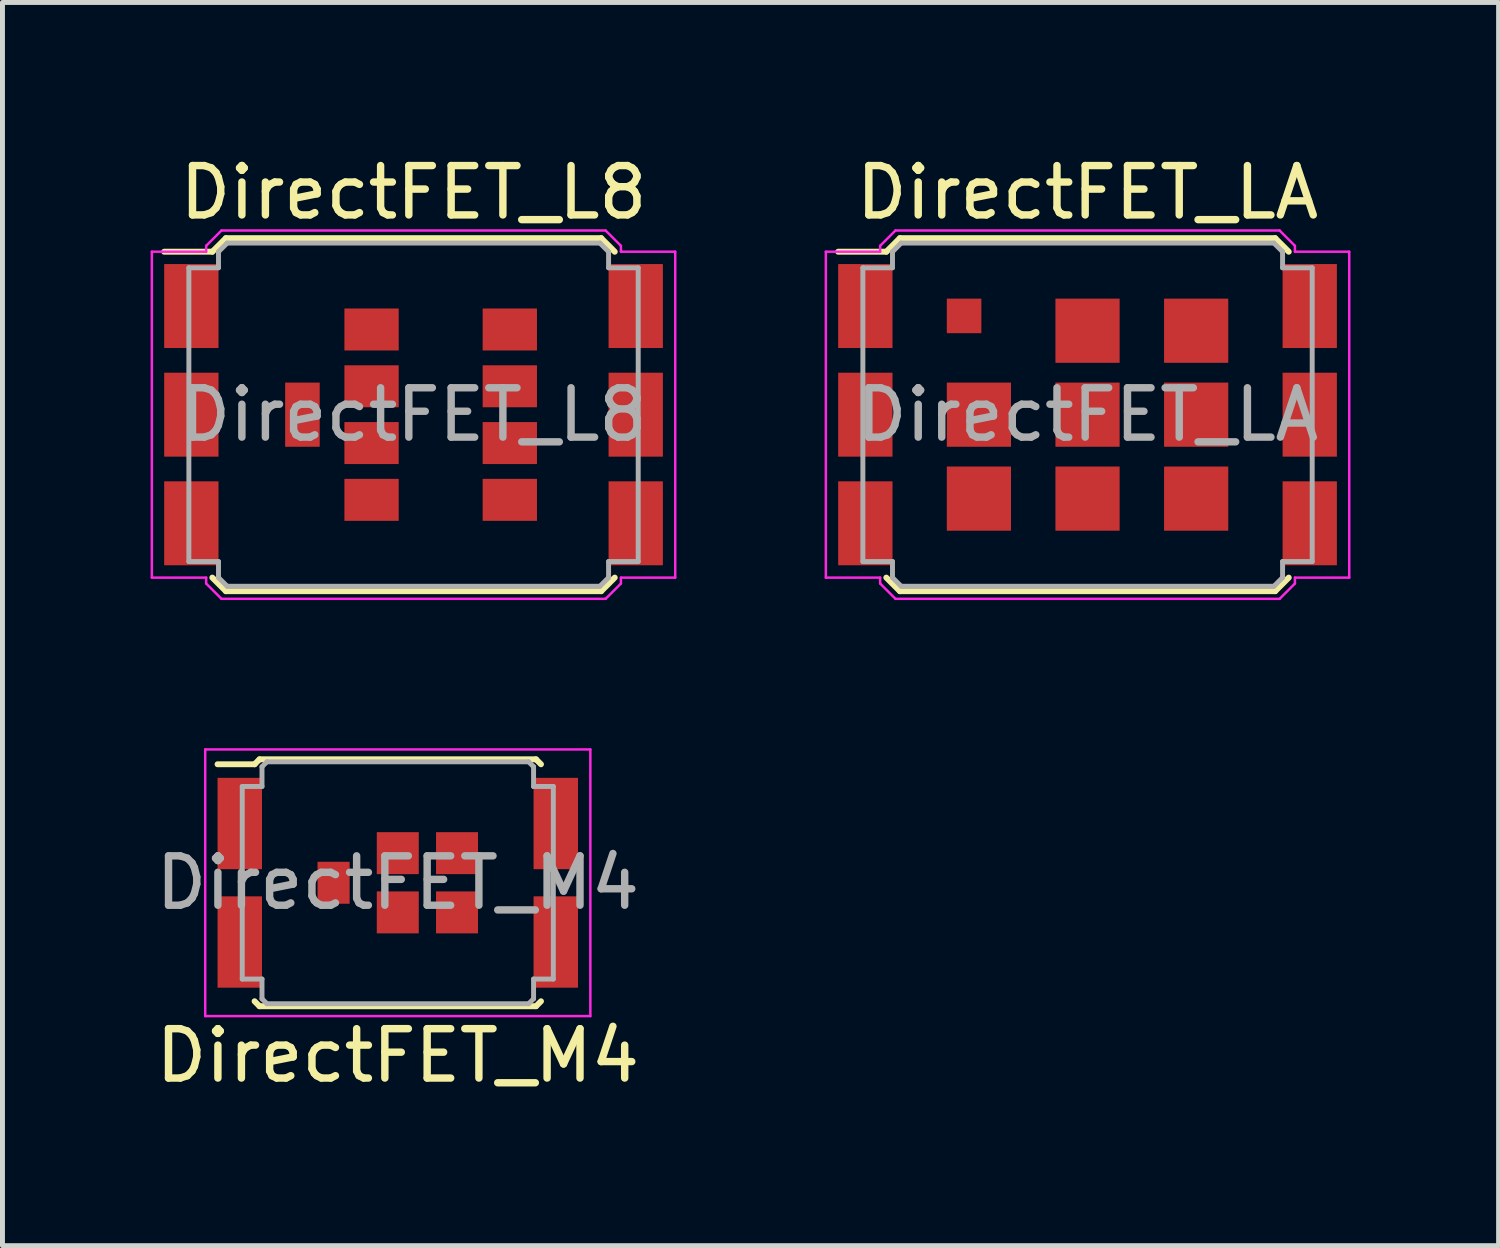
<source format=kicad_pcb>
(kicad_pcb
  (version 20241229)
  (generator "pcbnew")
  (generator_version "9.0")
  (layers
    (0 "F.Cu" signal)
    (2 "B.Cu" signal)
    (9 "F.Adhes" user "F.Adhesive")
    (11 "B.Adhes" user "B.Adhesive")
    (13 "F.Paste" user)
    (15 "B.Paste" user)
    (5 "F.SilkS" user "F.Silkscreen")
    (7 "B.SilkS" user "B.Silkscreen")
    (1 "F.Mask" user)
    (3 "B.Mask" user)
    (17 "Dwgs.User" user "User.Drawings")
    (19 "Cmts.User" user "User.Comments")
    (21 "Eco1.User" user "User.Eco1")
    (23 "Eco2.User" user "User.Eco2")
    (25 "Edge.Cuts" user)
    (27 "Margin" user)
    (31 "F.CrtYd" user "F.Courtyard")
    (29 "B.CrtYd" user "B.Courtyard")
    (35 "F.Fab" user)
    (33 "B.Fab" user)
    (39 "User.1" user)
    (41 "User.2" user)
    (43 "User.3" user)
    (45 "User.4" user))
  (footprint "DirectFET_L8"
    (layer "F.Cu")
    (at 5.325 5.348)
    (property "Reference" "DirectFET_L8" (at 0 -4.5 0) (layer "F.SilkS") (effects (font (size 1 1) (thickness 0.15))))
    (attr smd)
    (fp_line (start -5.05 -3.3) (end -4.075 -3.3) (stroke (width 0.12) (type solid)) (layer "F.SilkS"))
    (fp_line (start -4.075 -3.3) (end -3.8 -3.575) (stroke (width 0.12) (type solid)) (layer "F.SilkS"))
    (fp_line (start -4.075 3.3) (end -3.8 3.575) (stroke (width 0.12) (type solid)) (layer "F.SilkS"))
    (fp_line (start 3.8 -3.575) (end -3.8 -3.575) (stroke (width 0.12) (type solid)) (layer "F.SilkS"))
    (fp_line (start 3.8 3.575) (end -3.8 3.575) (stroke (width 0.12) (type solid)) (layer "F.SilkS"))
    (fp_line (start 4.075 -3.3) (end 3.8 -3.575) (stroke (width 0.12) (type solid)) (layer "F.SilkS"))
    (fp_line (start 4.075 3.3) (end 3.8 3.575) (stroke (width 0.12) (type solid)) (layer "F.SilkS"))
    (fp_line (start -5.3 -3.3) (end -5.3 3.3) (stroke (width 0.05) (type solid)) (layer "F.CrtYd"))
    (fp_line (start -4.2 -3.42) (end -3.89 -3.73) (stroke (width 0.05) (type solid)) (layer "F.CrtYd"))
    (fp_line (start -4.2 -3.3) (end -5.3 -3.3) (stroke (width 0.05) (type solid)) (layer "F.CrtYd"))
    (fp_line (start -4.2 -3.3) (end -4.2 -3.42) (stroke (width 0.05) (type solid)) (layer "F.CrtYd"))
    (fp_line (start -4.2 3.3) (end -5.3 3.3) (stroke (width 0.05) (type solid)) (layer "F.CrtYd"))
    (fp_line (start -4.2 3.3) (end -4.2 3.42) (stroke (width 0.05) (type solid)) (layer "F.CrtYd"))
    (fp_line (start -4.2 3.42) (end -3.89 3.73) (stroke (width 0.05) (type solid)) (layer "F.CrtYd"))
    (fp_line (start 3.89 -3.73) (end -3.89 -3.73) (stroke (width 0.05) (type solid)) (layer "F.CrtYd"))
    (fp_line (start 3.89 3.73) (end -3.89 3.73) (stroke (width 0.05) (type solid)) (layer "F.CrtYd"))
    (fp_line (start 4.2 -3.42) (end 3.89 -3.73) (stroke (width 0.05) (type solid)) (layer "F.CrtYd"))
    (fp_line (start 4.2 -3.3) (end 4.2 -3.42) (stroke (width 0.05) (type solid)) (layer "F.CrtYd"))
    (fp_line (start 4.2 -3.3) (end 5.3 -3.3) (stroke (width 0.05) (type solid)) (layer "F.CrtYd"))
    (fp_line (start 4.2 3.3) (end 4.2 3.42) (stroke (width 0.05) (type solid)) (layer "F.CrtYd"))
    (fp_line (start 4.2 3.3) (end 5.3 3.3) (stroke (width 0.05) (type solid)) (layer "F.CrtYd"))
    (fp_line (start 4.2 3.42) (end 3.89 3.73) (stroke (width 0.05) (type solid)) (layer "F.CrtYd"))
    (fp_line (start 5.3 -3.3) (end 5.3 3.3) (stroke (width 0.05) (type solid)) (layer "F.CrtYd"))
    (fp_line (start -4.55 -2.975) (end -4.55 2.975) (stroke (width 0.1) (type solid)) (layer "F.Fab"))
    (fp_line (start -4.55 -2.975) (end -3.95 -2.975) (stroke (width 0.1) (type solid)) (layer "F.Fab"))
    (fp_line (start -4.55 2.975) (end -3.95 2.975) (stroke (width 0.1) (type solid)) (layer "F.Fab"))
    (fp_line (start -3.95 -3.3) (end -3.775 -3.475) (stroke (width 0.1) (type solid)) (layer "F.Fab"))
    (fp_line (start -3.95 -2.975) (end -3.95 -3.3) (stroke (width 0.1) (type solid)) (layer "F.Fab"))
    (fp_line (start -3.95 2.975) (end -3.95 3.3) (stroke (width 0.1) (type solid)) (layer "F.Fab"))
    (fp_line (start -3.95 3.3) (end -3.775 3.475) (stroke (width 0.1) (type solid)) (layer "F.Fab"))
    (fp_line (start 3.775 -3.475) (end -3.775 -3.475) (stroke (width 0.1) (type solid)) (layer "F.Fab"))
    (fp_line (start 3.775 3.475) (end -3.775 3.475) (stroke (width 0.1) (type solid)) (layer "F.Fab"))
    (fp_line (start 3.95 -3.3) (end 3.775 -3.475) (stroke (width 0.1) (type solid)) (layer "F.Fab"))
    (fp_line (start 3.95 -2.975) (end 3.95 -3.3) (stroke (width 0.1) (type solid)) (layer "F.Fab"))
    (fp_line (start 3.95 2.975) (end 3.95 3.3) (stroke (width 0.1) (type solid)) (layer "F.Fab"))
    (fp_line (start 3.95 3.3) (end 3.775 3.475) (stroke (width 0.1) (type solid)) (layer "F.Fab"))
    (fp_line (start 4.55 -2.975) (end 3.95 -2.975) (stroke (width 0.1) (type solid)) (layer "F.Fab"))
    (fp_line (start 4.55 -2.975) (end 4.55 2.975) (stroke (width 0.1) (type solid)) (layer "F.Fab"))
    (fp_line (start 4.55 2.975) (end 3.95 2.975) (stroke (width 0.1) (type solid)) (layer "F.Fab"))
    (fp_text user "${REFERENCE}" (at 0 0 0) (layer "F.Fab") (effects (font (size 1 1) (thickness 0.15))))
    (pad "1" smd rect (at -4.5 -2.2) (size 1.1 1.7) (layers "F.Cu" "F.Mask" "F.Paste"))
    (pad "1" smd rect (at -4.5 0) (size 1.1 1.7) (layers "F.Cu" "F.Mask" "F.Paste"))
    (pad "1" smd rect (at -4.5 2.2) (size 1.1 1.7) (layers "F.Cu" "F.Mask" "F.Paste"))
    (pad "1" smd rect (at 4.5 -2.2) (size 1.1 1.7) (layers "F.Cu" "F.Mask" "F.Paste"))
    (pad "1" smd rect (at 4.5 0) (size 1.1 1.7) (layers "F.Cu" "F.Mask" "F.Paste"))
    (pad "1" smd rect (at 4.5 2.2) (size 1.1 1.7) (layers "F.Cu" "F.Mask" "F.Paste"))
    (pad "2" smd rect (at -2.25 0) (size 0.7 1.3) (layers "F.Cu" "F.Mask" "F.Paste"))
    (pad "3" smd rect (at -0.85 -1.725) (size 1.1 0.85) (layers "F.Cu" "F.Mask" "F.Paste"))
    (pad "3" smd rect (at -0.85 -0.575) (size 1.1 0.85) (layers "F.Cu" "F.Mask" "F.Paste"))
    (pad "3" smd rect (at -0.85 0.575) (size 1.1 0.85) (layers "F.Cu" "F.Mask" "F.Paste"))
    (pad "3" smd rect (at -0.85 1.725) (size 1.1 0.85) (layers "F.Cu" "F.Mask" "F.Paste"))
    (pad "3" smd rect (at 1.95 -1.725) (size 1.1 0.85) (layers "F.Cu" "F.Mask" "F.Paste"))
    (pad "3" smd rect (at 1.95 -0.575) (size 1.1 0.85) (layers "F.Cu" "F.Mask" "F.Paste"))
    (pad "3" smd rect (at 1.95 0.575) (size 1.1 0.85) (layers "F.Cu" "F.Mask" "F.Paste"))
    (pad "3" smd rect (at 1.95 1.725) (size 1.1 0.85) (layers "F.Cu" "F.Mask" "F.Paste")))
  (footprint "DirectFET_LA"
    (layer "F.Cu")
    (at 18.975 5.348)
    (property "Reference" "DirectFET_LA" (at 0 -4.5 0) (layer "F.SilkS") (effects (font (size 1 1) (thickness 0.15))))
    (attr smd)
    (fp_line (start -5.05 -3.3) (end -4.075 -3.3) (stroke (width 0.12) (type solid)) (layer "F.SilkS"))
    (fp_line (start -4.075 -3.3) (end -3.8 -3.575) (stroke (width 0.12) (type solid)) (layer "F.SilkS"))
    (fp_line (start -4.075 3.3) (end -3.8 3.575) (stroke (width 0.12) (type solid)) (layer "F.SilkS"))
    (fp_line (start 3.8 -3.575) (end -3.8 -3.575) (stroke (width 0.12) (type solid)) (layer "F.SilkS"))
    (fp_line (start 3.8 3.575) (end -3.8 3.575) (stroke (width 0.12) (type solid)) (layer "F.SilkS"))
    (fp_line (start 4.075 -3.3) (end 3.8 -3.575) (stroke (width 0.12) (type solid)) (layer "F.SilkS"))
    (fp_line (start 4.075 3.3) (end 3.8 3.575) (stroke (width 0.12) (type solid)) (layer "F.SilkS"))
    (fp_line (start -5.3 -3.3) (end -5.3 3.3) (stroke (width 0.05) (type solid)) (layer "F.CrtYd"))
    (fp_line (start -4.2 -3.42) (end -3.89 -3.73) (stroke (width 0.05) (type solid)) (layer "F.CrtYd"))
    (fp_line (start -4.2 -3.3) (end -5.3 -3.3) (stroke (width 0.05) (type solid)) (layer "F.CrtYd"))
    (fp_line (start -4.2 -3.3) (end -4.2 -3.42) (stroke (width 0.05) (type solid)) (layer "F.CrtYd"))
    (fp_line (start -4.2 3.3) (end -5.3 3.3) (stroke (width 0.05) (type solid)) (layer "F.CrtYd"))
    (fp_line (start -4.2 3.3) (end -4.2 3.42) (stroke (width 0.05) (type solid)) (layer "F.CrtYd"))
    (fp_line (start -4.2 3.42) (end -3.89 3.73) (stroke (width 0.05) (type solid)) (layer "F.CrtYd"))
    (fp_line (start 3.89 -3.73) (end -3.89 -3.73) (stroke (width 0.05) (type solid)) (layer "F.CrtYd"))
    (fp_line (start 3.89 3.73) (end -3.89 3.73) (stroke (width 0.05) (type solid)) (layer "F.CrtYd"))
    (fp_line (start 4.2 -3.42) (end 3.89 -3.73) (stroke (width 0.05) (type solid)) (layer "F.CrtYd"))
    (fp_line (start 4.2 -3.3) (end 4.2 -3.42) (stroke (width 0.05) (type solid)) (layer "F.CrtYd"))
    (fp_line (start 4.2 -3.3) (end 5.3 -3.3) (stroke (width 0.05) (type solid)) (layer "F.CrtYd"))
    (fp_line (start 4.2 3.3) (end 4.2 3.42) (stroke (width 0.05) (type solid)) (layer "F.CrtYd"))
    (fp_line (start 4.2 3.3) (end 5.3 3.3) (stroke (width 0.05) (type solid)) (layer "F.CrtYd"))
    (fp_line (start 4.2 3.42) (end 3.89 3.73) (stroke (width 0.05) (type solid)) (layer "F.CrtYd"))
    (fp_line (start 5.3 -3.3) (end 5.3 3.3) (stroke (width 0.05) (type solid)) (layer "F.CrtYd"))
    (fp_line (start -4.55 -2.975) (end -4.55 2.975) (stroke (width 0.1) (type solid)) (layer "F.Fab"))
    (fp_line (start -4.55 -2.975) (end -3.95 -2.975) (stroke (width 0.1) (type solid)) (layer "F.Fab"))
    (fp_line (start -4.55 2.975) (end -3.95 2.975) (stroke (width 0.1) (type solid)) (layer "F.Fab"))
    (fp_line (start -3.95 -3.3) (end -3.775 -3.475) (stroke (width 0.1) (type solid)) (layer "F.Fab"))
    (fp_line (start -3.95 -2.975) (end -3.95 -3.3) (stroke (width 0.1) (type solid)) (layer "F.Fab"))
    (fp_line (start -3.95 2.975) (end -3.95 3.3) (stroke (width 0.1) (type solid)) (layer "F.Fab"))
    (fp_line (start -3.95 3.3) (end -3.775 3.475) (stroke (width 0.1) (type solid)) (layer "F.Fab"))
    (fp_line (start 3.775 -3.475) (end -3.775 -3.475) (stroke (width 0.1) (type solid)) (layer "F.Fab"))
    (fp_line (start 3.775 3.475) (end -3.775 3.475) (stroke (width 0.1) (type solid)) (layer "F.Fab"))
    (fp_line (start 3.95 -3.3) (end 3.775 -3.475) (stroke (width 0.1) (type solid)) (layer "F.Fab"))
    (fp_line (start 3.95 -2.975) (end 3.95 -3.3) (stroke (width 0.1) (type solid)) (layer "F.Fab"))
    (fp_line (start 3.95 2.975) (end 3.95 3.3) (stroke (width 0.1) (type solid)) (layer "F.Fab"))
    (fp_line (start 3.95 3.3) (end 3.775 3.475) (stroke (width 0.1) (type solid)) (layer "F.Fab"))
    (fp_line (start 4.55 -2.975) (end 3.95 -2.975) (stroke (width 0.1) (type solid)) (layer "F.Fab"))
    (fp_line (start 4.55 -2.975) (end 4.55 2.975) (stroke (width 0.1) (type solid)) (layer "F.Fab"))
    (fp_line (start 4.55 2.975) (end 3.95 2.975) (stroke (width 0.1) (type solid)) (layer "F.Fab"))
    (fp_text user "${REFERENCE}" (at 0 0 0) (layer "F.Fab") (effects (font (size 1 1) (thickness 0.15))))
    (pad "1" smd rect (at -4.5 -2.2) (size 1.1 1.7) (layers "F.Cu" "F.Mask" "F.Paste"))
    (pad "1" smd rect (at -4.5 0) (size 1.1 1.7) (layers "F.Cu" "F.Mask" "F.Paste"))
    (pad "1" smd rect (at -4.5 2.2) (size 1.1 1.7) (layers "F.Cu" "F.Mask" "F.Paste"))
    (pad "1" smd rect (at 4.5 -2.2) (size 1.1 1.7) (layers "F.Cu" "F.Mask" "F.Paste"))
    (pad "1" smd rect (at 4.5 0) (size 1.1 1.7) (layers "F.Cu" "F.Mask" "F.Paste"))
    (pad "1" smd rect (at 4.5 2.2) (size 1.1 1.7) (layers "F.Cu" "F.Mask" "F.Paste"))
    (pad "2" smd rect (at -2.5 -2) (size 0.7 0.7) (layers "F.Cu" "F.Mask" "F.Paste"))
    (pad "3" smd rect (at -2.2 0) (size 1.3 1.3) (layers "F.Cu" "F.Mask" "F.Paste"))
    (pad "3" smd rect (at -2.2 1.7) (size 1.3 1.3) (layers "F.Cu" "F.Mask" "F.Paste"))
    (pad "3" smd rect (at 0 -1.7) (size 1.3 1.3) (layers "F.Cu" "F.Mask" "F.Paste"))
    (pad "3" smd rect (at 0 0) (size 1.3 1.3) (layers "F.Cu" "F.Mask" "F.Paste"))
    (pad "3" smd rect (at 0 1.7) (size 1.3 1.3) (layers "F.Cu" "F.Mask" "F.Paste"))
    (pad "3" smd rect (at 2.2 -1.7) (size 1.3 1.3) (layers "F.Cu" "F.Mask" "F.Paste"))
    (pad "3" smd rect (at 2.2 0) (size 1.3 1.3) (layers "F.Cu" "F.Mask" "F.Paste"))
    (pad "3" smd rect (at 2.2 1.7) (size 1.3 1.3) (layers "F.Cu" "F.Mask" "F.Paste")))
  (footprint "DirectFET_M4"
    (layer "F.Cu")
    (at 5.006 14.828)
    (property "Reference" "DirectFET_M4" (at 0 3.5 0) (layer "F.SilkS") (effects (font (size 1 1) (thickness 0.15))))
    (attr smd)
    (fp_line (start -3.65 -2.4) (end -2.9 -2.4) (stroke (width 0.12) (type solid)) (layer "F.SilkS"))
    (fp_line (start -2.9 -2.4) (end -2.8 -2.5) (stroke (width 0.12) (type solid)) (layer "F.SilkS"))
    (fp_line (start -2.8 -2.5) (end 2.8 -2.5) (stroke (width 0.12) (type solid)) (layer "F.SilkS"))
    (fp_line (start -2.8 2.5) (end -2.9 2.4) (stroke (width 0.12) (type solid)) (layer "F.SilkS"))
    (fp_line (start 2.8 -2.5) (end 2.9 -2.4) (stroke (width 0.12) (type solid)) (layer "F.SilkS"))
    (fp_line (start 2.8 2.5) (end -2.8 2.5) (stroke (width 0.12) (type solid)) (layer "F.SilkS"))
    (fp_line (start 2.9 2.4) (end 2.8 2.5) (stroke (width 0.12) (type solid)) (layer "F.SilkS"))
    (fp_line (start -3.9 -2.7) (end -3.9 2.7) (stroke (width 0.05) (type solid)) (layer "F.CrtYd"))
    (fp_line (start -3.9 2.7) (end 3.9 2.7) (stroke (width 0.05) (type solid)) (layer "F.CrtYd"))
    (fp_line (start 3.9 -2.7) (end -3.9 -2.7) (stroke (width 0.05) (type solid)) (layer "F.CrtYd"))
    (fp_line (start 3.9 2.7) (end 3.9 -2.7) (stroke (width 0.05) (type solid)) (layer "F.CrtYd"))
    (fp_line (start -3.15 -1.95) (end -2.75 -1.95) (stroke (width 0.1) (type solid)) (layer "F.Fab"))
    (fp_line (start -3.15 1.95) (end -3.15 -1.95) (stroke (width 0.1) (type solid)) (layer "F.Fab"))
    (fp_line (start -3.15 1.95) (end -2.75 1.95) (stroke (width 0.1) (type solid)) (layer "F.Fab"))
    (fp_line (start -2.75 -2.35) (end -2.65 -2.45) (stroke (width 0.1) (type solid)) (layer "F.Fab"))
    (fp_line (start -2.75 -1.95) (end -2.75 -2.35) (stroke (width 0.1) (type solid)) (layer "F.Fab"))
    (fp_line (start -2.75 1.95) (end -2.75 2.35) (stroke (width 0.1) (type solid)) (layer "F.Fab"))
    (fp_line (start -2.75 2.35) (end -2.65 2.45) (stroke (width 0.1) (type solid)) (layer "F.Fab"))
    (fp_line (start -2.65 2.45) (end 2.65 2.45) (stroke (width 0.1) (type solid)) (layer "F.Fab"))
    (fp_line (start 2.65 -2.45) (end -2.65 -2.45) (stroke (width 0.1) (type solid)) (layer "F.Fab"))
    (fp_line (start 2.65 -2.45) (end 2.75 -2.35) (stroke (width 0.1) (type solid)) (layer "F.Fab"))
    (fp_line (start 2.75 -2.35) (end 2.75 -1.95) (stroke (width 0.1) (type solid)) (layer "F.Fab"))
    (fp_line (start 2.75 -1.95) (end 3.15 -1.95) (stroke (width 0.1) (type solid)) (layer "F.Fab"))
    (fp_line (start 2.75 1.95) (end 2.75 2.35) (stroke (width 0.1) (type solid)) (layer "F.Fab"))
    (fp_line (start 2.75 2.35) (end 2.65 2.45) (stroke (width 0.1) (type solid)) (layer "F.Fab"))
    (fp_line (start 3.15 -1.95) (end 3.15 1.95) (stroke (width 0.1) (type solid)) (layer "F.Fab"))
    (fp_line (start 3.15 1.95) (end 2.75 1.95) (stroke (width 0.1) (type solid)) (layer "F.Fab"))
    (fp_text user "${REFERENCE}" (at 0 0 0) (layer "F.Fab") (effects (font (size 1 1) (thickness 0.15))))
    (pad "1" smd rect (at -3.2 -1.2) (size 0.9 1.85) (layers "F.Cu" "F.Mask" "F.Paste"))
    (pad "1" smd rect (at -3.2 1.2) (size 0.9 1.85) (layers "F.Cu" "F.Mask" "F.Paste"))
    (pad "1" smd rect (at 3.2 -1.2) (size 0.9 1.85) (layers "F.Cu" "F.Mask" "F.Paste"))
    (pad "1" smd rect (at 3.2 1.2) (size 0.9 1.85) (layers "F.Cu" "F.Mask" "F.Paste"))
    (pad "2" smd rect (at -1.3 0) (size 0.65 0.85) (layers "F.Cu" "F.Mask" "F.Paste"))
    (pad "3" smd rect (at 0 -0.6) (size 0.85 0.85) (layers "F.Cu" "F.Mask" "F.Paste"))
    (pad "3" smd rect (at 0 0.6) (size 0.85 0.85) (layers "F.Cu" "F.Mask" "F.Paste"))
    (pad "3" smd rect (at 1.2 -0.6) (size 0.85 0.85) (layers "F.Cu" "F.Mask" "F.Paste"))
    (pad "3" smd rect (at 1.2 0.6) (size 0.85 0.85) (layers "F.Cu" "F.Mask" "F.Paste")))
  (gr_rect
    (start -3 -3)
    (end 27.3 22.177)
    (stroke (width 0.1) (type default))
    (fill no)
    (layer "Edge.Cuts")))
</source>
